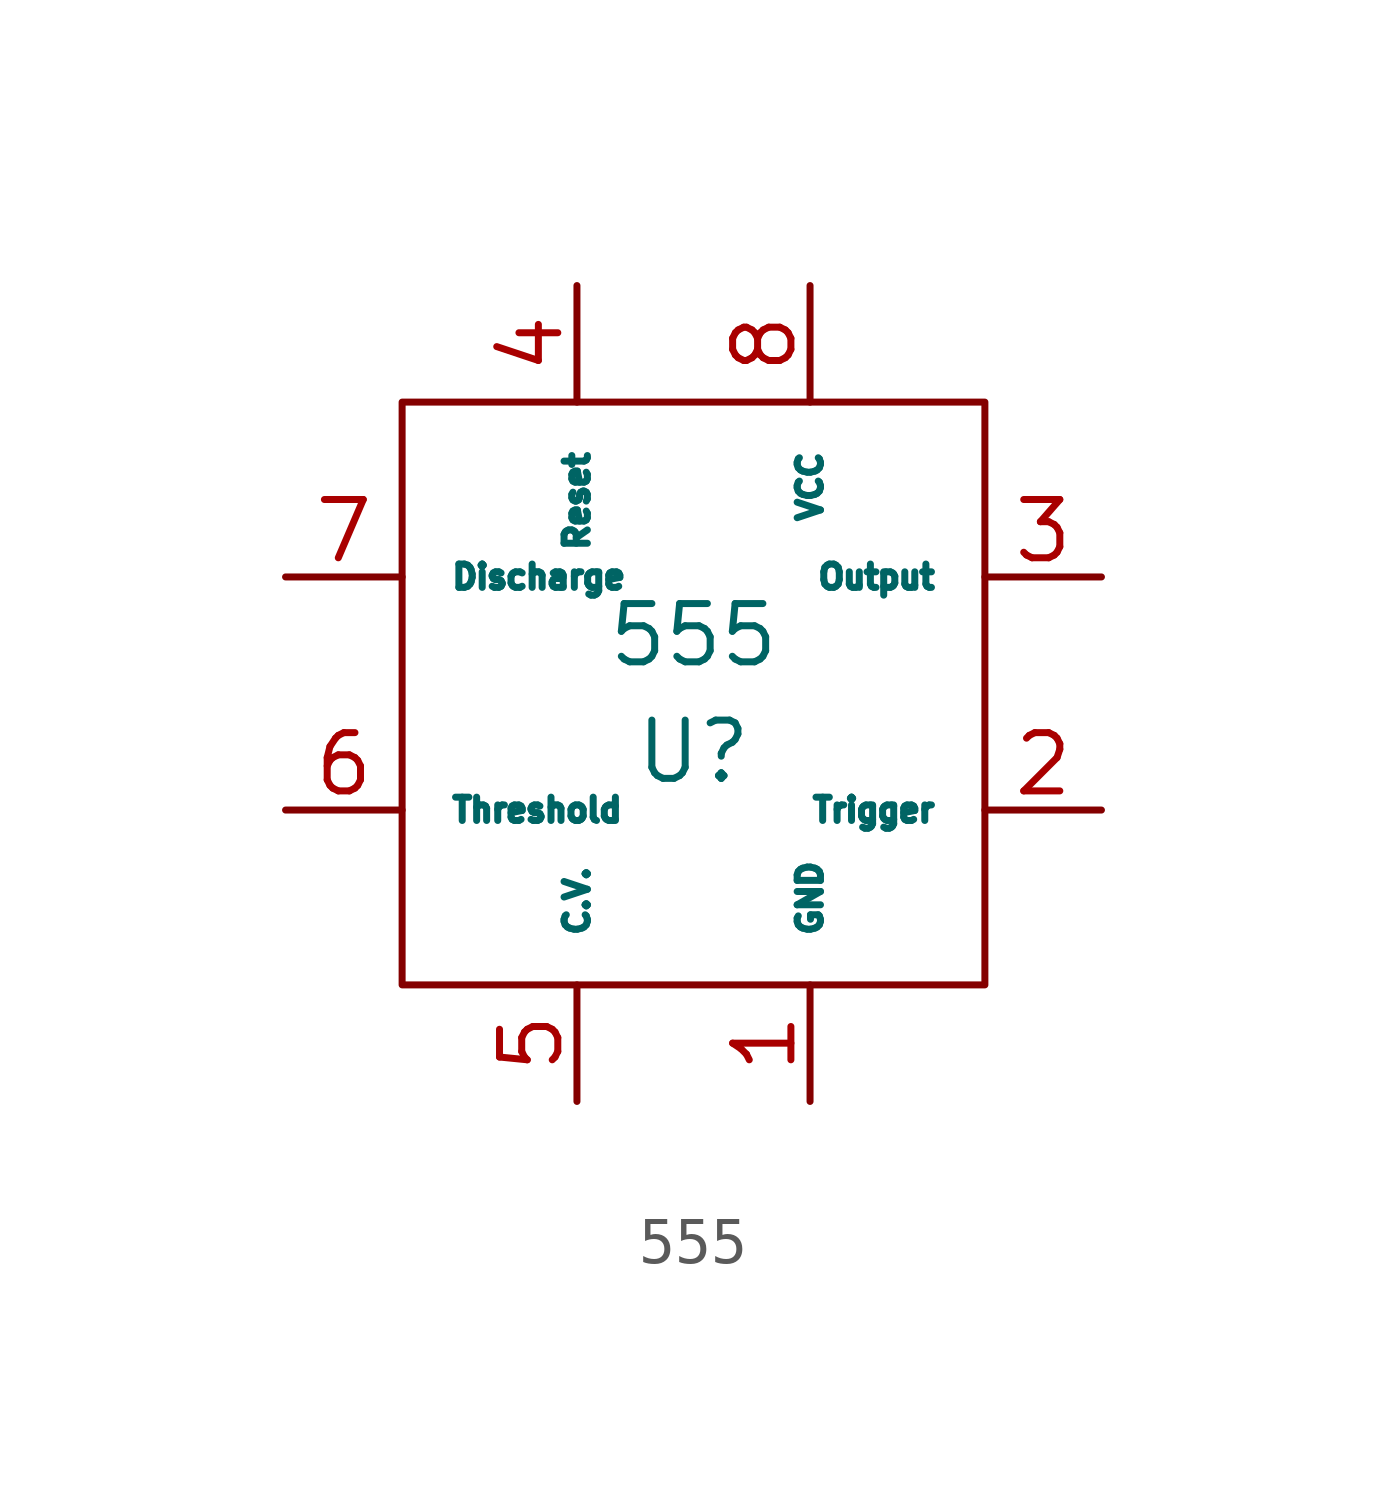
<source format=kicad_sym>
(kicad_symbol_lib
  (version 20231120)
  (generator "kicad_symbol_editor")
  (generator_version "8.0")
  (symbol "555"
    (pin_names
      (offset 1.016))
    (property "Reference" "U"
      (at 0 -1.27 0)
      (effects (font (size 1.27 1.27))))
    (property "Value" "555"
      (at 0 1.27 0)
      (effects (font (size 1.27 1.27))))
    (symbol "555_0_1"
      (rectangle (start -6.35 6.35) (end 6.35 -6.35) (stroke (width 0) (type default)) (fill (type none))))
    (symbol "555_1_1"
      (pin power_in line (at 2.54 -8.89 90) (length 2.54) (name "GND" (effects (font (size 0.508 0.508)))) (number "1" (effects (font (size 1.27 1.27)))))
      (pin input line (at 8.89 -2.54 180) (length 2.54) (name "Trigger" (effects (font (size 0.508 0.508)))) (number "2" (effects (font (size 1.27 1.27)))))
      (pin output line (at 8.89 2.54 180) (length 2.54) (name "Output" (effects (font (size 0.508 0.508)))) (number "3" (effects (font (size 1.27 1.27)))))
      (pin input line (at -2.54 8.89 270) (length 2.54) (name "Reset" (effects (font (size 0.508 0.508)))) (number "4" (effects (font (size 1.27 1.27)))))
      (pin input line (at -2.54 -8.89 90) (length 2.54) (name "C.V." (effects (font (size 0.508 0.508)))) (number "5" (effects (font (size 1.27 1.27)))))
      (pin input line (at -8.89 -2.54 0) (length 2.54) (name "Threshold" (effects (font (size 0.508 0.508)))) (number "6" (effects (font (size 1.27 1.27)))))
      (pin input line (at -8.89 2.54 0) (length 2.54) (name "Discharge" (effects (font (size 0.508 0.508)))) (number "7" (effects (font (size 1.27 1.27)))))
      (pin power_in line (at 2.54 8.89 270) (length 2.54) (name "VCC" (effects (font (size 0.508 0.508)))) (number "8" (effects (font (size 1.27 1.27))))))))
</source>
